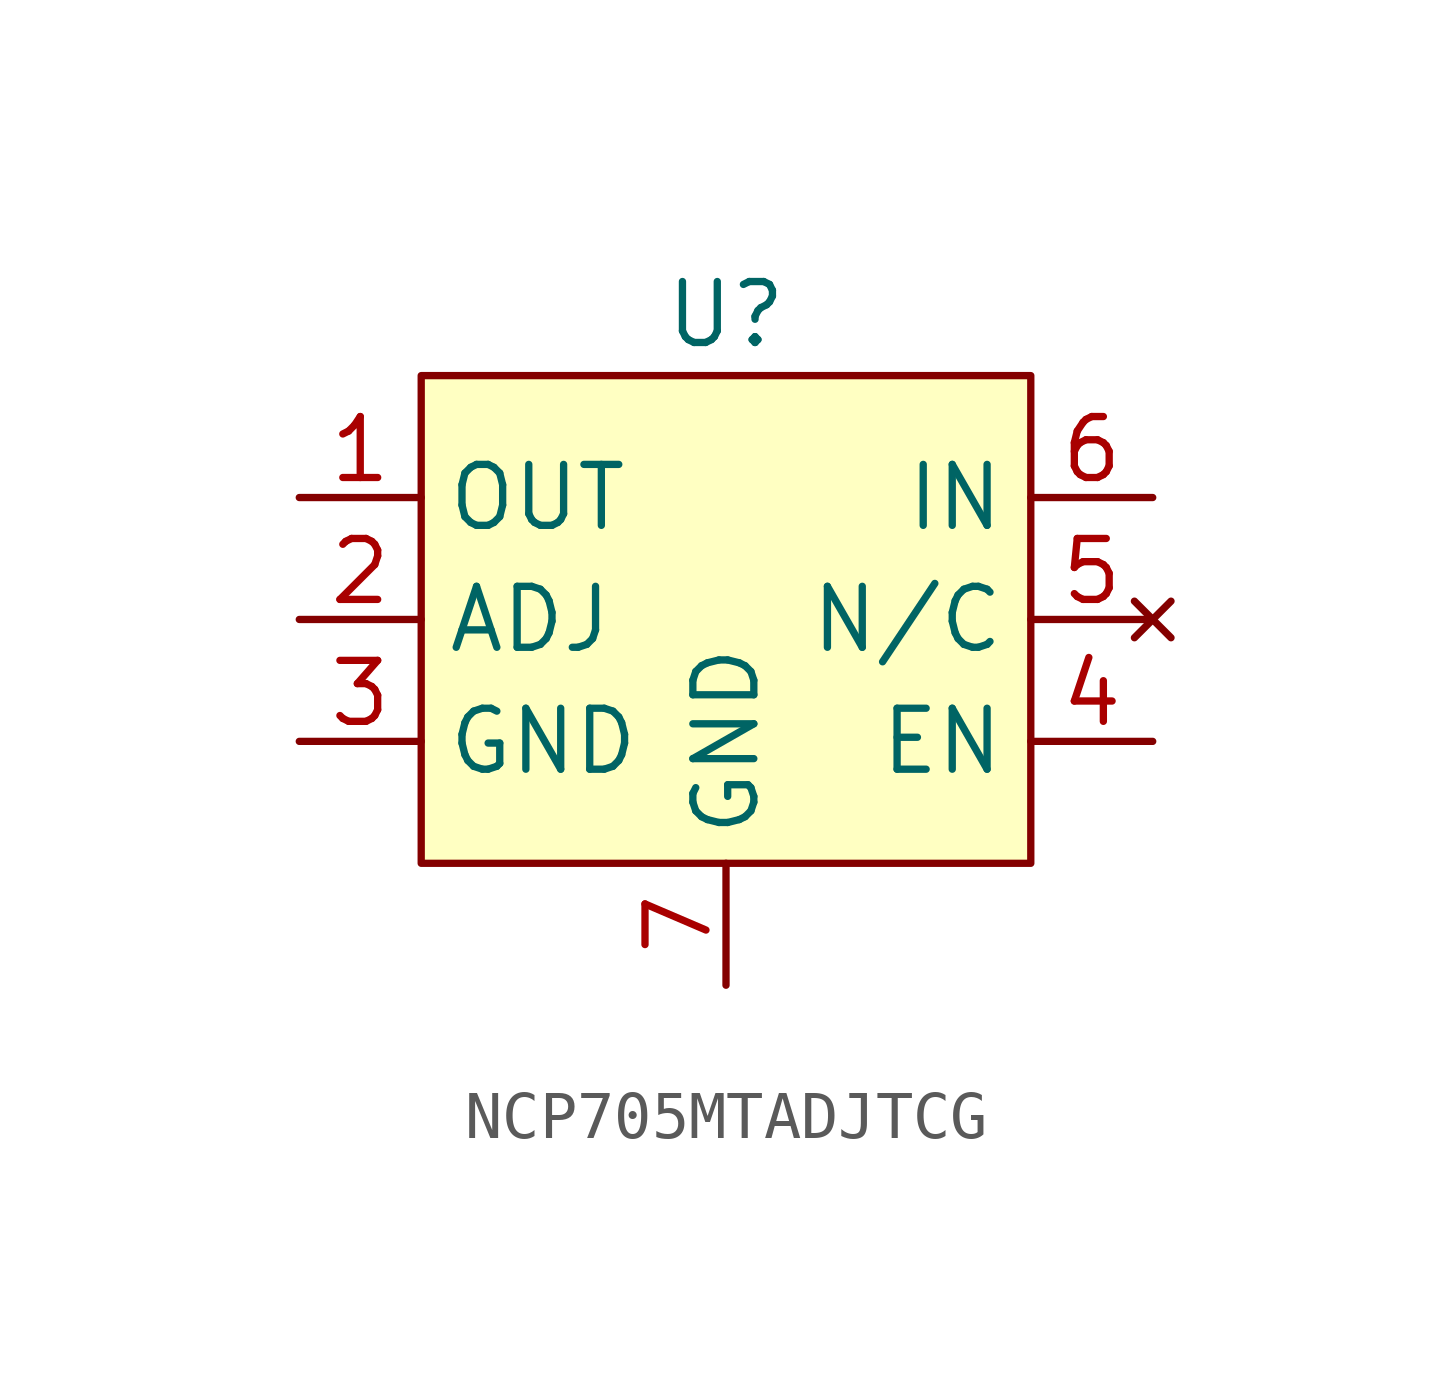
<source format=kicad_sym>
(kicad_symbol_lib
  (version 20220914)
  (generator kicad_symbol_editor)
  (symbol "NCP705MTADJTCG"
    (property "Reference" "U"
      (at 0 5.08 0)
      (effects (font (size 1.27 1.27))))
    (property "Value" ""
      (at 0 0 0)
      (effects (font (size 1.27 1.27))))
    (symbol "NCP705MTADJTCG_1_1"
      (rectangle (start -6.35 3.81) (end 6.35 -6.35) (stroke (width 0) (type default)) (fill (type background)))
      (pin power_out line (at -8.89 1.27 0) (length 2.54) (name "OUT" (effects (font (size 1.27 1.27)))) (number "1" (effects (font (size 1.27 1.27)))))
      (pin input line (at -8.89 -1.27 0) (length 2.54) (name "ADJ" (effects (font (size 1.27 1.27)))) (number "2" (effects (font (size 1.27 1.27)))))
      (pin passive line (at -8.89 -3.81 0) (length 2.54) (name "GND" (effects (font (size 1.27 1.27)))) (number "3" (effects (font (size 1.27 1.27)))))
      (pin input line (at 8.89 -3.81 180) (length 2.54) (name "EN" (effects (font (size 1.27 1.27)))) (number "4" (effects (font (size 1.27 1.27)))))
      (pin no_connect line (at 8.89 -1.27 180) (length 2.54) (name "N/C" (effects (font (size 1.27 1.27)))) (number "5" (effects (font (size 1.27 1.27)))))
      (pin power_in line (at 8.89 1.27 180) (length 2.54) (name "IN" (effects (font (size 1.27 1.27)))) (number "6" (effects (font (size 1.27 1.27)))))
      (pin passive line (at 0 -8.89 90) (length 2.54) (name "GND" (effects (font (size 1.27 1.27)))) (number "7" (effects (font (size 1.27 1.27))))))))
</source>
